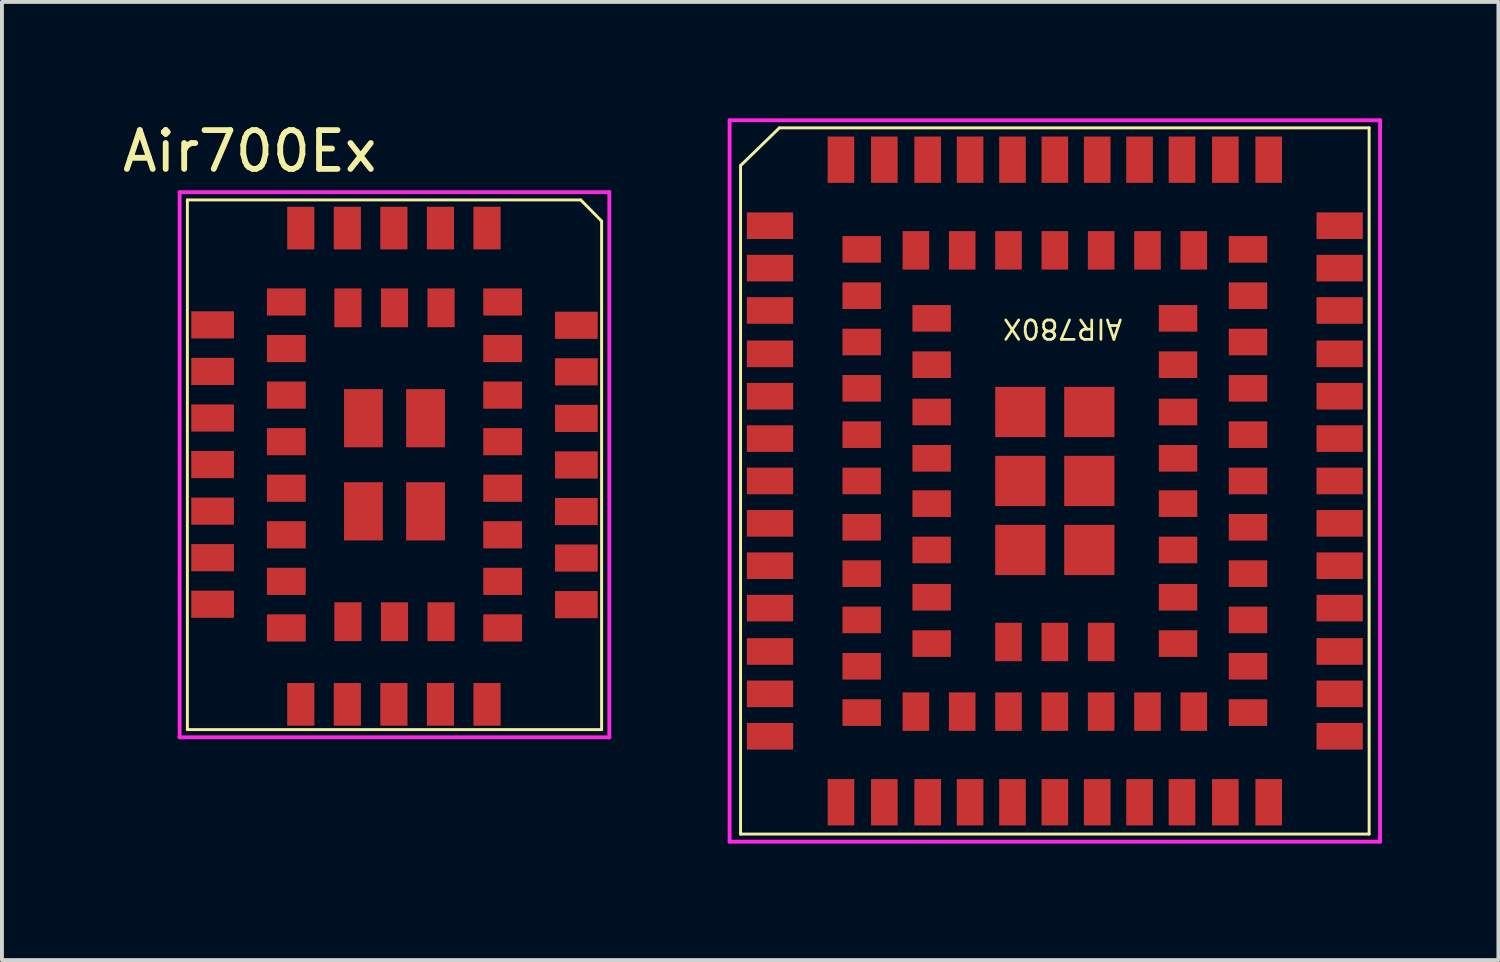
<source format=kicad_pcb>
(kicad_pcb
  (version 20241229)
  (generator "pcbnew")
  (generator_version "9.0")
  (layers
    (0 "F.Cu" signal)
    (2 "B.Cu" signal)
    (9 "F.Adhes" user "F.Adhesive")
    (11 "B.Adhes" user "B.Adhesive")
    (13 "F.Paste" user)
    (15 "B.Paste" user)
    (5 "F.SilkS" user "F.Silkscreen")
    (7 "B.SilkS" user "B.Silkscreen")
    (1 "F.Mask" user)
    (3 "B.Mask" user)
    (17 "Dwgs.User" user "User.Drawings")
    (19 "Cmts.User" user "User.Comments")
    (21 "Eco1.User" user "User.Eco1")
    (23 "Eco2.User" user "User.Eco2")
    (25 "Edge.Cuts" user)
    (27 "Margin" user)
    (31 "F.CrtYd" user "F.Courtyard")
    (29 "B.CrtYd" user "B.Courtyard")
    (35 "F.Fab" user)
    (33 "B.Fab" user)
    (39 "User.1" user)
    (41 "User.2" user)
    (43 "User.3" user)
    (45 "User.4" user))
  (footprint "AIR780X"
    (layer "F.Cu")
    (at 24.136 9.346)
    (property "Reference" "AIR780X" (at 0.2 -3.922 180) (unlocked yes) (layer "F.SilkS") (effects (font (size 0.5 0.5) (thickness 0.07))))
    (fp_line (start -8.1 -8.128) (end -7.1 -9.1) (stroke (width 0.076) (type solid)) (layer "F.SilkS"))
    (fp_line (start -8.1 9.1) (end -8.1 -8.128) (stroke (width 0.076) (type solid)) (layer "F.SilkS"))
    (fp_line (start -8.1 9.1) (end 8.1 9.1) (stroke (width 0.076) (type solid)) (layer "F.SilkS"))
    (fp_line (start -7.1 -9.1) (end 8.1 -9.1) (stroke (width 0.076) (type solid)) (layer "F.SilkS"))
    (fp_line (start 8.1 9.1) (end 8.1 -9.1) (stroke (width 0.076) (type solid)) (layer "F.SilkS"))
    (fp_line (start -8.382 -9.296) (end 8.382 -9.296) (stroke (width 0.1) (type solid)) (layer "F.CrtYd"))
    (fp_line (start -8.382 9.296) (end -8.382 -9.296) (stroke (width 0.1) (type solid)) (layer "F.CrtYd"))
    (fp_line (start -8.382 9.296) (end 8.382 9.296) (stroke (width 0.1) (type solid)) (layer "F.CrtYd"))
    (fp_line (start 8.382 9.296) (end 8.382 -9.296) (stroke (width 0.1) (type solid)) (layer "F.CrtYd"))
    (pad "1" smd rect (at -7.341 -6.579) (size 1.194 0.686) (layers "F.Cu" "F.Mask" "F.Paste"))
    (pad "2" smd rect (at -7.341 -5.486) (size 1.194 0.686) (layers "F.Cu" "F.Mask" "F.Paste"))
    (pad "3" smd rect (at -7.341 -4.394) (size 1.194 0.686) (layers "F.Cu" "F.Mask" "F.Paste"))
    (pad "4" smd rect (at -7.341 -3.277) (size 1.194 0.686) (layers "F.Cu" "F.Mask" "F.Paste"))
    (pad "5" smd rect (at -7.341 -2.184) (size 1.194 0.686) (layers "F.Cu" "F.Mask" "F.Paste"))
    (pad "6" smd rect (at -7.341 -1.092) (size 1.194 0.686) (layers "F.Cu" "F.Mask" "F.Paste"))
    (pad "7" smd rect (at -7.341 0) (size 1.194 0.686) (layers "F.Cu" "F.Mask" "F.Paste"))
    (pad "8" smd rect (at -7.341 1.092) (size 1.194 0.686) (layers "F.Cu" "F.Mask" "F.Paste"))
    (pad "9" smd rect (at -7.341 2.184) (size 1.194 0.686) (layers "F.Cu" "F.Mask" "F.Paste"))
    (pad "10" smd rect (at -7.341 3.277) (size 1.194 0.686) (layers "F.Cu" "F.Mask" "F.Paste"))
    (pad "11" smd rect (at -7.341 4.394) (size 1.194 0.686) (layers "F.Cu" "F.Mask" "F.Paste"))
    (pad "12" smd rect (at -7.341 5.486) (size 1.194 0.686) (layers "F.Cu" "F.Mask" "F.Paste"))
    (pad "13" smd rect (at -7.341 6.579) (size 1.194 0.686) (layers "F.Cu" "F.Mask" "F.Paste"))
    (pad "14" smd rect (at -4.394 8.28 90) (size 1.194 0.686) (layers "F.Cu" "F.Mask" "F.Paste"))
    (pad "15" smd rect (at -3.277 8.28 90) (size 1.194 0.686) (layers "F.Cu" "F.Mask" "F.Paste"))
    (pad "16" smd rect (at -2.184 8.28 90) (size 1.194 0.686) (layers "F.Cu" "F.Mask" "F.Paste"))
    (pad "17" smd rect (at -1.092 8.28 90) (size 1.194 0.686) (layers "F.Cu" "F.Mask" "F.Paste"))
    (pad "18" smd rect (at 0 8.28 90) (size 1.194 0.686) (layers "F.Cu" "F.Mask" "F.Paste"))
    (pad "19" smd rect (at 1.092 8.28 90) (size 1.194 0.686) (layers "F.Cu" "F.Mask" "F.Paste"))
    (pad "20" smd rect (at 2.184 8.28 90) (size 1.194 0.686) (layers "F.Cu" "F.Mask" "F.Paste"))
    (pad "21" smd rect (at 3.277 8.28 90) (size 1.194 0.686) (layers "F.Cu" "F.Mask" "F.Paste"))
    (pad "22" smd rect (at 4.394 8.28 90) (size 1.194 0.686) (layers "F.Cu" "F.Mask" "F.Paste"))
    (pad "23" smd rect (at 7.341 6.579) (size 1.194 0.686) (layers "F.Cu" "F.Mask" "F.Paste"))
    (pad "24" smd rect (at 7.341 5.486) (size 1.194 0.686) (layers "F.Cu" "F.Mask" "F.Paste"))
    (pad "25" smd rect (at 7.341 4.394) (size 1.194 0.686) (layers "F.Cu" "F.Mask" "F.Paste"))
    (pad "26" smd rect (at 7.341 3.277) (size 1.194 0.686) (layers "F.Cu" "F.Mask" "F.Paste"))
    (pad "27" smd rect (at 7.341 2.184) (size 1.194 0.686) (layers "F.Cu" "F.Mask" "F.Paste"))
    (pad "28" smd rect (at 7.341 1.092) (size 1.194 0.686) (layers "F.Cu" "F.Mask" "F.Paste"))
    (pad "29" smd rect (at 7.341 0) (size 1.194 0.686) (layers "F.Cu" "F.Mask" "F.Paste"))
    (pad "30" smd rect (at 7.341 -1.092) (size 1.194 0.686) (layers "F.Cu" "F.Mask" "F.Paste"))
    (pad "31" smd rect (at 7.341 -2.184) (size 1.194 0.686) (layers "F.Cu" "F.Mask" "F.Paste"))
    (pad "32" smd rect (at 7.341 -3.277) (size 1.194 0.686) (layers "F.Cu" "F.Mask" "F.Paste"))
    (pad "33" smd rect (at 7.341 -4.394) (size 1.194 0.686) (layers "F.Cu" "F.Mask" "F.Paste"))
    (pad "34" smd rect (at 7.341 -5.486) (size 1.194 0.686) (layers "F.Cu" "F.Mask" "F.Paste"))
    (pad "35" smd rect (at 7.341 -6.579) (size 1.194 0.686) (layers "F.Cu" "F.Mask" "F.Paste"))
    (pad "36" smd rect (at 4.394 -8.28 90) (size 1.194 0.686) (layers "F.Cu" "F.Mask" "F.Paste"))
    (pad "37" smd rect (at 3.277 -8.28 90) (size 1.194 0.686) (layers "F.Cu" "F.Mask" "F.Paste"))
    (pad "38" smd rect (at 2.184 -8.28 90) (size 1.194 0.686) (layers "F.Cu" "F.Mask" "F.Paste"))
    (pad "39" smd rect (at 1.092 -8.28 90) (size 1.194 0.686) (layers "F.Cu" "F.Mask" "F.Paste"))
    (pad "40" smd rect (at 0 -8.28 90) (size 1.194 0.686) (layers "F.Cu" "F.Mask" "F.Paste"))
    (pad "41" smd rect (at -1.092 -8.28 90) (size 1.194 0.686) (layers "F.Cu" "F.Mask" "F.Paste"))
    (pad "42" smd rect (at -2.184 -8.28 90) (size 1.194 0.686) (layers "F.Cu" "F.Mask" "F.Paste"))
    (pad "43" smd rect (at -3.277 -8.28 90) (size 1.194 0.686) (layers "F.Cu" "F.Mask" "F.Paste"))
    (pad "44" smd rect (at -4.394 -8.28 90) (size 1.194 0.686) (layers "F.Cu" "F.Mask" "F.Paste"))
    (pad "45" smd rect (at -4.978 -4.775) (size 0.991 0.686) (layers "F.Cu" "F.Mask" "F.Paste"))
    (pad "46" smd rect (at -4.978 -3.581) (size 0.991 0.686) (layers "F.Cu" "F.Mask" "F.Paste"))
    (pad "47" smd rect (at -4.978 -2.388) (size 0.991 0.686) (layers "F.Cu" "F.Mask" "F.Paste"))
    (pad "48" smd rect (at -4.978 -1.194) (size 0.991 0.686) (layers "F.Cu" "F.Mask" "F.Paste"))
    (pad "49" smd rect (at -4.978 0) (size 0.991 0.686) (layers "F.Cu" "F.Mask" "F.Paste"))
    (pad "50" smd rect (at -4.978 1.194) (size 0.991 0.686) (layers "F.Cu" "F.Mask" "F.Paste"))
    (pad "51" smd rect (at -4.978 2.388) (size 0.991 0.686) (layers "F.Cu" "F.Mask" "F.Paste"))
    (pad "52" smd rect (at -4.978 3.581) (size 0.991 0.686) (layers "F.Cu" "F.Mask" "F.Paste"))
    (pad "53" smd rect (at -4.978 4.775) (size 0.991 0.686) (layers "F.Cu" "F.Mask" "F.Paste"))
    (pad "54" smd rect (at -2.388 5.944 90) (size 0.991 0.686) (layers "F.Cu" "F.Mask" "F.Paste"))
    (pad "55" smd rect (at -1.194 5.944 90) (size 0.991 0.686) (layers "F.Cu" "F.Mask" "F.Paste"))
    (pad "56" smd rect (at 0 5.944 90) (size 0.991 0.686) (layers "F.Cu" "F.Mask" "F.Paste"))
    (pad "57" smd rect (at 1.194 5.944 90) (size 0.991 0.686) (layers "F.Cu" "F.Mask" "F.Paste"))
    (pad "58" smd rect (at 2.388 5.944 90) (size 0.991 0.686) (layers "F.Cu" "F.Mask" "F.Paste"))
    (pad "59" smd rect (at 4.978 4.775) (size 0.991 0.686) (layers "F.Cu" "F.Mask" "F.Paste"))
    (pad "60" smd rect (at 4.978 3.581) (size 0.991 0.686) (layers "F.Cu" "F.Mask" "F.Paste"))
    (pad "61" smd rect (at 4.978 2.388) (size 0.991 0.686) (layers "F.Cu" "F.Mask" "F.Paste"))
    (pad "62" smd rect (at 4.978 1.194) (size 0.991 0.686) (layers "F.Cu" "F.Mask" "F.Paste"))
    (pad "63" smd rect (at 4.978 0) (size 0.991 0.686) (layers "F.Cu" "F.Mask" "F.Paste"))
    (pad "64" smd rect (at 4.978 -1.194) (size 0.991 0.686) (layers "F.Cu" "F.Mask" "F.Paste"))
    (pad "65" smd rect (at 4.978 -2.388) (size 0.991 0.686) (layers "F.Cu" "F.Mask" "F.Paste"))
    (pad "66" smd rect (at 4.978 -3.581) (size 0.991 0.686) (layers "F.Cu" "F.Mask" "F.Paste"))
    (pad "67" smd rect (at 4.978 -4.775) (size 0.991 0.686) (layers "F.Cu" "F.Mask" "F.Paste"))
    (pad "68" smd rect (at 2.388 -5.944 90) (size 0.991 0.686) (layers "F.Cu" "F.Mask" "F.Paste"))
    (pad "69" smd rect (at 1.194 -5.944 90) (size 0.991 0.686) (layers "F.Cu" "F.Mask" "F.Paste"))
    (pad "70" smd rect (at 0 -5.944 90) (size 0.991 0.686) (layers "F.Cu" "F.Mask" "F.Paste"))
    (pad "71" smd rect (at -1.194 -5.944 90) (size 0.991 0.686) (layers "F.Cu" "F.Mask" "F.Paste"))
    (pad "72" smd rect (at -2.388 -5.944 90) (size 0.991 0.686) (layers "F.Cu" "F.Mask" "F.Paste"))
    (pad "73" smd rect (at -3.175 -4.191) (size 0.991 0.686) (layers "F.Cu" "F.Mask" "F.Paste"))
    (pad "74" smd rect (at -3.175 -2.997) (size 0.991 0.686) (layers "F.Cu" "F.Mask" "F.Paste"))
    (pad "75" smd rect (at -3.175 -1.778) (size 0.991 0.686) (layers "F.Cu" "F.Mask" "F.Paste"))
    (pad "76" smd rect (at -3.175 -0.584) (size 0.991 0.686) (layers "F.Cu" "F.Mask" "F.Paste"))
    (pad "77" smd rect (at -3.175 0.584) (size 0.991 0.686) (layers "F.Cu" "F.Mask" "F.Paste"))
    (pad "78" smd rect (at -3.175 1.778) (size 0.991 0.686) (layers "F.Cu" "F.Mask" "F.Paste"))
    (pad "79" smd rect (at -3.175 2.997) (size 0.991 0.686) (layers "F.Cu" "F.Mask" "F.Paste"))
    (pad "80" smd rect (at -3.175 4.191) (size 0.991 0.686) (layers "F.Cu" "F.Mask" "F.Paste"))
    (pad "81" smd rect (at 3.175 4.191) (size 0.991 0.686) (layers "F.Cu" "F.Mask" "F.Paste"))
    (pad "82" smd rect (at 3.175 2.997) (size 0.991 0.686) (layers "F.Cu" "F.Mask" "F.Paste"))
    (pad "83" smd rect (at 3.175 1.778) (size 0.991 0.686) (layers "F.Cu" "F.Mask" "F.Paste"))
    (pad "84" smd rect (at 3.175 0.584) (size 0.991 0.686) (layers "F.Cu" "F.Mask" "F.Paste"))
    (pad "85" smd rect (at 3.175 -0.584) (size 0.991 0.686) (layers "F.Cu" "F.Mask" "F.Paste"))
    (pad "86" smd rect (at 3.175 -1.778) (size 0.991 0.686) (layers "F.Cu" "F.Mask" "F.Paste"))
    (pad "87" smd rect (at 3.175 -2.997) (size 0.991 0.686) (layers "F.Cu" "F.Mask" "F.Paste"))
    (pad "88" smd rect (at 3.175 -4.191) (size 0.991 0.686) (layers "F.Cu" "F.Mask" "F.Paste"))
    (pad "89" smd rect (at -0.889 -1.778) (size 1.295 1.295) (layers "F.Cu" "F.Mask" "F.Paste"))
    (pad "90" smd rect (at -0.889 0) (size 1.295 1.295) (layers "F.Cu" "F.Mask" "F.Paste"))
    (pad "91" smd rect (at -0.889 1.778) (size 1.295 1.295) (layers "F.Cu" "F.Mask" "F.Paste"))
    (pad "92" smd rect (at 0.889 1.778) (size 1.295 1.295) (layers "F.Cu" "F.Mask" "F.Paste"))
    (pad "93" smd rect (at 0.889 0) (size 1.295 1.295) (layers "F.Cu" "F.Mask" "F.Paste"))
    (pad "94" smd rect (at 0.889 -1.778) (size 1.295 1.295) (layers "F.Cu" "F.Mask" "F.Paste"))
    (pad "95" smd rect (at -5.512 8.28 90) (size 1.194 0.686) (layers "F.Cu" "F.Mask" "F.Paste"))
    (pad "96" smd rect (at 5.512 8.28 90) (size 1.194 0.686) (layers "F.Cu" "F.Mask" "F.Paste"))
    (pad "97" smd rect (at 5.512 -8.28 90) (size 1.194 0.686) (layers "F.Cu" "F.Mask" "F.Paste"))
    (pad "98" smd rect (at -5.512 -8.28 90) (size 1.194 0.686) (layers "F.Cu" "F.Mask" "F.Paste"))
    (pad "99" smd rect (at -4.978 -5.969) (size 0.991 0.686) (layers "F.Cu" "F.Mask" "F.Paste"))
    (pad "100" smd rect (at -4.978 5.969) (size 0.991 0.686) (layers "F.Cu" "F.Mask" "F.Paste"))
    (pad "101" smd rect (at -3.581 5.944 90) (size 0.991 0.686) (layers "F.Cu" "F.Mask" "F.Paste"))
    (pad "102" smd rect (at 3.581 5.944 90) (size 0.991 0.686) (layers "F.Cu" "F.Mask" "F.Paste"))
    (pad "103" smd rect (at 4.978 5.969) (size 0.991 0.686) (layers "F.Cu" "F.Mask" "F.Paste"))
    (pad "104" smd rect (at 4.978 -5.969) (size 0.991 0.686) (layers "F.Cu" "F.Mask" "F.Paste"))
    (pad "105" smd rect (at 3.581 -5.944 90) (size 0.991 0.686) (layers "F.Cu" "F.Mask" "F.Paste"))
    (pad "106" smd rect (at -3.581 -5.944 90) (size 0.991 0.686) (layers "F.Cu" "F.Mask" "F.Paste"))
    (pad "107" smd rect (at -1.194 4.15 90) (size 0.991 0.686) (layers "F.Cu" "F.Mask" "F.Paste"))
    (pad "108" smd rect (at 0 4.15 90) (size 0.991 0.686) (layers "F.Cu" "F.Mask" "F.Paste"))
    (pad "109" smd rect (at 1.194 4.15 90) (size 0.991 0.686) (layers "F.Cu" "F.Mask" "F.Paste")))
  (footprint "Air700Ex"
    (layer "F.Cu")
    (at 7.117 8.928)
    (property "Reference" "Air700Ex" (at -3.73 -8.08 0) (unlocked yes) (layer "F.SilkS") (effects (font (size 1 1) (thickness 0.15))))
    (attr smd)
    (fp_line (start -5.338 -6.825) (end 4.8 -6.825) (stroke (width 0.076) (type solid)) (layer "F.SilkS"))
    (fp_line (start -5.338 6.825) (end -5.338 -6.825) (stroke (width 0.076) (type solid)) (layer "F.SilkS"))
    (fp_line (start -5.338 6.825) (end 5.338 6.825) (stroke (width 0.076) (type solid)) (layer "F.SilkS"))
    (fp_line (start 5.338 6.825) (end 5.338 -6.275) (stroke (width 0.076) (type solid)) (layer "F.SilkS"))
    (fp_line (start 5.338 -6.28) (end 4.8 -6.825) (stroke (width 0.076) (type solid)) (layer "F.SilkS"))
    (fp_line (start -5.537 -7.025) (end -5.537 7.025) (stroke (width 0.1) (type solid)) (layer "F.CrtYd"))
    (fp_line (start -5.537 -7.025) (end 5.537 -7.025) (stroke (width 0.1) (type solid)) (layer "F.CrtYd"))
    (fp_line (start -5.537 7.025) (end 5.537 7.025) (stroke (width 0.1) (type solid)) (layer "F.CrtYd"))
    (fp_line (start 5.537 7.025) (end 5.537 -7.025) (stroke (width 0.1) (type solid)) (layer "F.CrtYd"))
    (pad "1" smd rect (at 2.385 -6.1 90) (size 1.1 0.7) (layers "F.Cu" "F.Mask" "F.Paste"))
    (pad "2" smd rect (at 1.185 -6.1 90) (size 1.1 0.7) (layers "F.Cu" "F.Mask" "F.Paste"))
    (pad "3" smd rect (at -0.015 -6.1 90) (size 1.1 0.7) (layers "F.Cu" "F.Mask" "F.Paste"))
    (pad "4" smd rect (at -1.215 -6.1 90) (size 1.1 0.7) (layers "F.Cu" "F.Mask" "F.Paste"))
    (pad "5" smd rect (at -2.415 -6.1 90) (size 1.1 0.7) (layers "F.Cu" "F.Mask" "F.Paste"))
    (pad "6" smd rect (at -4.688 -3.605) (size 1.1 0.7) (layers "F.Cu" "F.Mask" "F.Paste"))
    (pad "7" smd rect (at -4.688 -2.405) (size 1.1 0.7) (layers "F.Cu" "F.Mask" "F.Paste"))
    (pad "8" smd rect (at -4.688 -1.205) (size 1.1 0.7) (layers "F.Cu" "F.Mask" "F.Paste"))
    (pad "9" smd rect (at -4.688 -0.005) (size 1.1 0.7) (layers "F.Cu" "F.Mask" "F.Paste"))
    (pad "10" smd rect (at -4.688 1.195) (size 1.1 0.7) (layers "F.Cu" "F.Mask" "F.Paste"))
    (pad "11" smd rect (at -4.688 2.395) (size 1.1 0.7) (layers "F.Cu" "F.Mask" "F.Paste"))
    (pad "12" smd rect (at -4.688 3.595) (size 1.1 0.7) (layers "F.Cu" "F.Mask" "F.Paste"))
    (pad "13" smd rect (at -2.415 6.175 90) (size 1.1 0.7) (layers "F.Cu" "F.Mask" "F.Paste"))
    (pad "14" smd rect (at -1.215 6.175 90) (size 1.1 0.7) (layers "F.Cu" "F.Mask" "F.Paste"))
    (pad "15" smd rect (at -0.015 6.175 90) (size 1.1 0.7) (layers "F.Cu" "F.Mask" "F.Paste"))
    (pad "16" smd rect (at 1.185 6.175 90) (size 1.1 0.7) (layers "F.Cu" "F.Mask" "F.Paste"))
    (pad "17" smd rect (at 2.385 6.175 90) (size 1.1 0.7) (layers "F.Cu" "F.Mask" "F.Paste"))
    (pad "18" smd rect (at 4.688 3.605) (size 1.1 0.7) (layers "F.Cu" "F.Mask" "F.Paste"))
    (pad "19" smd rect (at 4.688 2.405) (size 1.1 0.7) (layers "F.Cu" "F.Mask" "F.Paste"))
    (pad "20" smd rect (at 4.688 1.205) (size 1.1 0.7) (layers "F.Cu" "F.Mask" "F.Paste"))
    (pad "21" smd rect (at 4.688 0.005) (size 1.1 0.7) (layers "F.Cu" "F.Mask" "F.Paste"))
    (pad "22" smd rect (at 4.688 -1.195) (size 1.1 0.7) (layers "F.Cu" "F.Mask" "F.Paste"))
    (pad "23" smd rect (at 4.688 -2.395) (size 1.1 0.7) (layers "F.Cu" "F.Mask" "F.Paste"))
    (pad "24" smd rect (at 4.688 -3.595) (size 1.1 0.7) (layers "F.Cu" "F.Mask" "F.Paste"))
    (pad "25" smd rect (at 1.2 -4.045 90) (size 1 0.7) (layers "F.Cu" "F.Mask" "F.Paste"))
    (pad "26" smd rect (at 0 -4.045 90) (size 1 0.7) (layers "F.Cu" "F.Mask" "F.Paste"))
    (pad "27" smd rect (at -1.2 -4.045 90) (size 1 0.7) (layers "F.Cu" "F.Mask" "F.Paste"))
    (pad "28" smd rect (at -2.788 -2.995) (size 1 0.7) (layers "F.Cu" "F.Mask" "F.Paste"))
    (pad "29" smd rect (at -2.788 -1.795) (size 1 0.7) (layers "F.Cu" "F.Mask" "F.Paste"))
    (pad "30" smd rect (at -2.788 -0.595) (size 1 0.7) (layers "F.Cu" "F.Mask" "F.Paste"))
    (pad "31" smd rect (at -2.788 0.605) (size 1 0.7) (layers "F.Cu" "F.Mask" "F.Paste"))
    (pad "32" smd rect (at -2.788 1.805) (size 1 0.7) (layers "F.Cu" "F.Mask" "F.Paste"))
    (pad "33" smd rect (at -2.788 3.005) (size 1 0.7) (layers "F.Cu" "F.Mask" "F.Paste"))
    (pad "34" smd rect (at -1.2 4.045 90) (size 1 0.7) (layers "F.Cu" "F.Mask" "F.Paste"))
    (pad "35" smd rect (at 0 4.045 90) (size 1 0.7) (layers "F.Cu" "F.Mask" "F.Paste"))
    (pad "36" smd rect (at 1.2 4.045 90) (size 1 0.7) (layers "F.Cu" "F.Mask" "F.Paste"))
    (pad "37" smd rect (at 2.788 3.005) (size 1 0.7) (layers "F.Cu" "F.Mask" "F.Paste"))
    (pad "38" smd rect (at 2.788 1.805) (size 1 0.7) (layers "F.Cu" "F.Mask" "F.Paste"))
    (pad "39" smd rect (at 2.788 0.605) (size 1 0.7) (layers "F.Cu" "F.Mask" "F.Paste"))
    (pad "40" smd rect (at 2.788 -0.595) (size 1 0.7) (layers "F.Cu" "F.Mask" "F.Paste"))
    (pad "41" smd rect (at 2.788 -1.795) (size 1 0.7) (layers "F.Cu" "F.Mask" "F.Paste"))
    (pad "42" smd rect (at 2.788 -2.995) (size 1 0.7) (layers "F.Cu" "F.Mask" "F.Paste"))
    (pad "43" smd rect (at 0.8 -1.2) (size 1 1.5) (layers "F.Cu" "F.Mask" "F.Paste"))
    (pad "44" smd rect (at -0.8 -1.2) (size 1 1.5) (layers "F.Cu" "F.Mask" "F.Paste"))
    (pad "45" smd rect (at -0.8 1.2) (size 1 1.5) (layers "F.Cu" "F.Mask" "F.Paste"))
    (pad "46" smd rect (at 0.8 1.2) (size 1 1.5) (layers "F.Cu" "F.Mask" "F.Paste"))
    (pad "47" smd rect (at 2.788 -4.195) (size 1 0.7) (layers "F.Cu" "F.Mask" "F.Paste"))
    (pad "48" smd rect (at -2.788 -4.195) (size 1 0.7) (layers "F.Cu" "F.Mask" "F.Paste"))
    (pad "49" smd rect (at -2.788 4.205) (size 1 0.7) (layers "F.Cu" "F.Mask" "F.Paste"))
    (pad "50" smd rect (at 2.788 4.205) (size 1 0.7) (layers "F.Cu" "F.Mask" "F.Paste")))
  (gr_rect
    (start -3 -3)
    (end 35.568 21.693)
    (stroke (width 0.1) (type default))
    (fill no)
    (layer "Edge.Cuts")))
</source>
